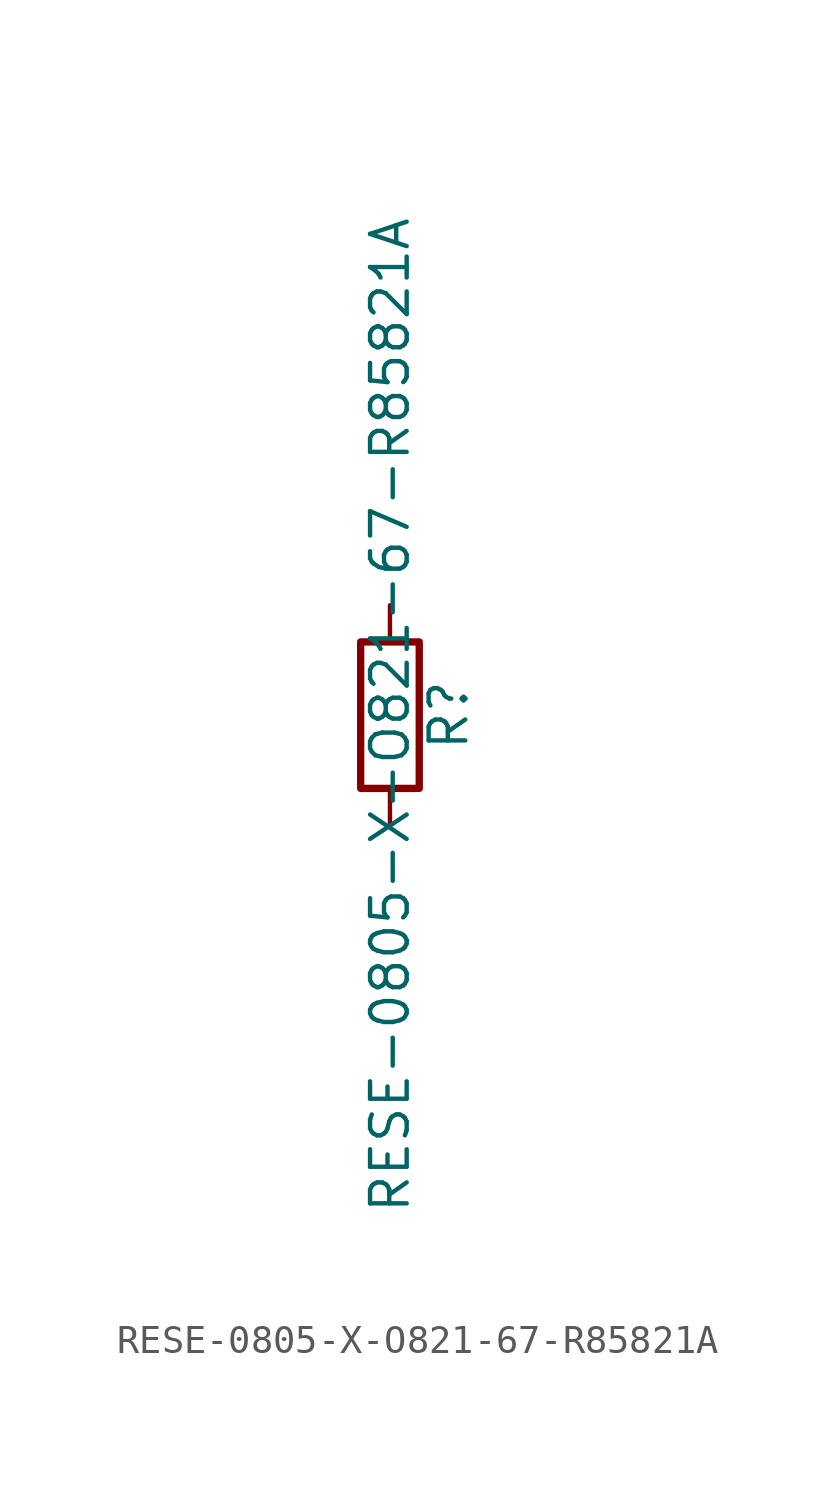
<source format=kicad_sym>
(kicad_symbol_lib
  (version 20211014)
  (generator kicad_symbol_editor)
  (symbol "RESE-0805-X-O821-67-R85821A"
    (pin_numbers hide)
    (pin_names
      (offset 0))
    (property "Reference" "R"
      (at 2.032 0 90)
      (effects (font (size 1.27 1.27))))
    (property "Value" "RESE-0805-X-O821-67-R85821A"
      (at 0 0 90)
      (effects (font (size 1.27 1.27))))
    (symbol "RESE-0805-X-O821-67-R85821A_0_1"
      (rectangle (start -1.016 -2.54) (end 1.016 2.54) (stroke (width 0.254) (type default) (color 0 0 0 0)) (fill (type none))))
    (symbol "RESE-0805-X-O821-67-R85821A_1_1"
      (pin passive line (at 0 3.81 270) (length 1.27) (name "~" (effects (font (size 1.27 1.27)))) (number "1" (effects (font (size 1.27 1.27)))))
      (pin passive line (at 0 -3.81 90) (length 1.27) (name "~" (effects (font (size 1.27 1.27)))) (number "2" (effects (font (size 1.27 1.27))))))))
</source>
